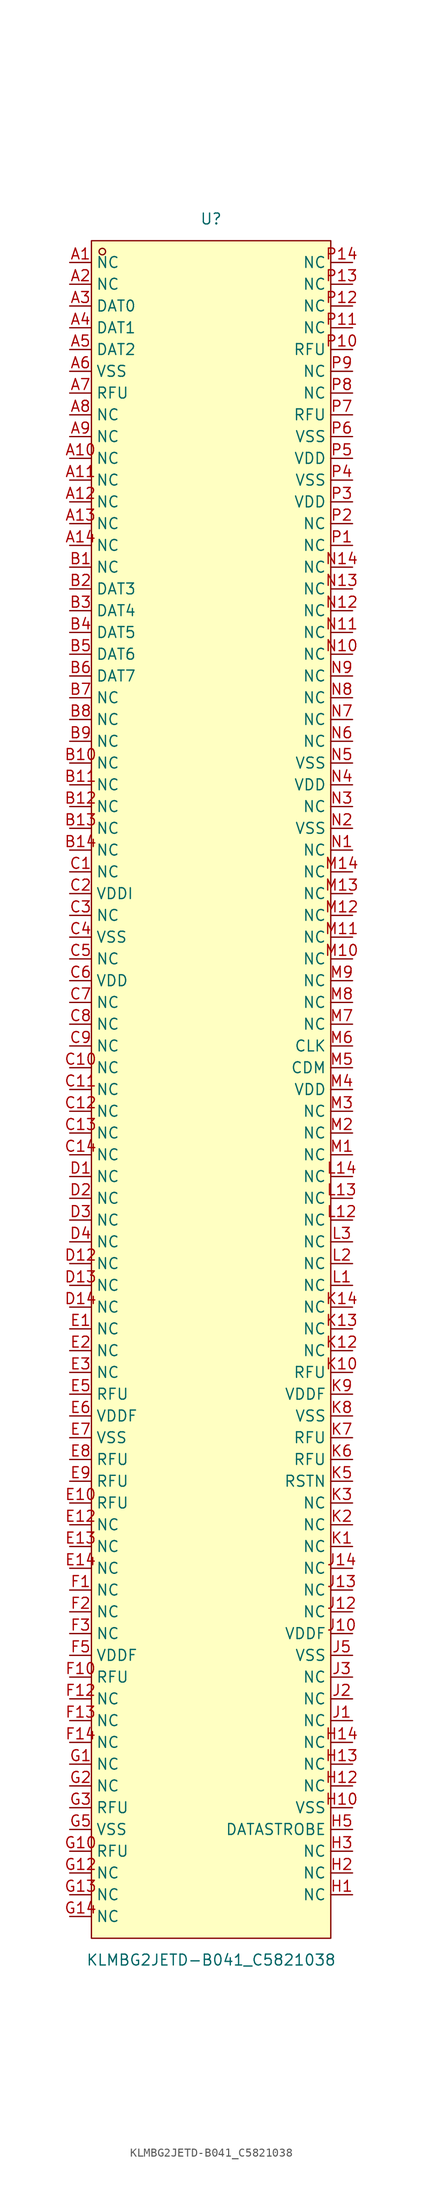
<source format=kicad_sym>
(kicad_symbol_lib
  (version 20211014)
  (generator https://github.com/uPesy/easyeda2kicad.py)
  (symbol "KLMBG2JETD-B041_C5821038"
    (property "Reference" "U"
      (at 0 101.60 0)
      (effects (font (size 1.27 1.27))))
    (property "Value" "KLMBG2JETD-B041_C5821038"
      (at 0 -101.60 0)
      (effects (font (size 1.27 1.27))))
    (symbol "KLMBG2JETD-B041_C5821038_0_1"
      (rectangle (start -13.97 99.06) (end 13.97 -99.06) (stroke (width 0) (type default) (color 0 0 0 0)) (fill (type background)))
      (circle (center -12.70 97.79) (radius 0.38) (stroke (width 0) (type default) (color 0 0 0 0)) (fill (type none)))
      (pin unspecified line (at -16.51 96.52 0) (length 2.54) (name "NC" (effects (font (size 1.27 1.27)))) (number "A1" (effects (font (size 1.27 1.27)))))
      (pin unspecified line (at -16.51 93.98 0) (length 2.54) (name "NC" (effects (font (size 1.27 1.27)))) (number "A2" (effects (font (size 1.27 1.27)))))
      (pin unspecified line (at -16.51 91.44 0) (length 2.54) (name "DAT0" (effects (font (size 1.27 1.27)))) (number "A3" (effects (font (size 1.27 1.27)))))
      (pin unspecified line (at -16.51 88.90 0) (length 2.54) (name "DAT1" (effects (font (size 1.27 1.27)))) (number "A4" (effects (font (size 1.27 1.27)))))
      (pin unspecified line (at -16.51 86.36 0) (length 2.54) (name "DAT2" (effects (font (size 1.27 1.27)))) (number "A5" (effects (font (size 1.27 1.27)))))
      (pin unspecified line (at -16.51 83.82 0) (length 2.54) (name "VSS" (effects (font (size 1.27 1.27)))) (number "A6" (effects (font (size 1.27 1.27)))))
      (pin unspecified line (at -16.51 81.28 0) (length 2.54) (name "RFU" (effects (font (size 1.27 1.27)))) (number "A7" (effects (font (size 1.27 1.27)))))
      (pin unspecified line (at -16.51 78.74 0) (length 2.54) (name "NC" (effects (font (size 1.27 1.27)))) (number "A8" (effects (font (size 1.27 1.27)))))
      (pin unspecified line (at -16.51 76.20 0) (length 2.54) (name "NC" (effects (font (size 1.27 1.27)))) (number "A9" (effects (font (size 1.27 1.27)))))
      (pin unspecified line (at -16.51 73.66 0) (length 2.54) (name "NC" (effects (font (size 1.27 1.27)))) (number "A10" (effects (font (size 1.27 1.27)))))
      (pin unspecified line (at -16.51 71.12 0) (length 2.54) (name "NC" (effects (font (size 1.27 1.27)))) (number "A11" (effects (font (size 1.27 1.27)))))
      (pin unspecified line (at -16.51 68.58 0) (length 2.54) (name "NC" (effects (font (size 1.27 1.27)))) (number "A12" (effects (font (size 1.27 1.27)))))
      (pin unspecified line (at -16.51 66.04 0) (length 2.54) (name "NC" (effects (font (size 1.27 1.27)))) (number "A13" (effects (font (size 1.27 1.27)))))
      (pin unspecified line (at -16.51 63.50 0) (length 2.54) (name "NC" (effects (font (size 1.27 1.27)))) (number "A14" (effects (font (size 1.27 1.27)))))
      (pin unspecified line (at -16.51 60.96 0) (length 2.54) (name "NC" (effects (font (size 1.27 1.27)))) (number "B1" (effects (font (size 1.27 1.27)))))
      (pin unspecified line (at -16.51 58.42 0) (length 2.54) (name "DAT3" (effects (font (size 1.27 1.27)))) (number "B2" (effects (font (size 1.27 1.27)))))
      (pin unspecified line (at -16.51 55.88 0) (length 2.54) (name "DAT4" (effects (font (size 1.27 1.27)))) (number "B3" (effects (font (size 1.27 1.27)))))
      (pin unspecified line (at -16.51 53.34 0) (length 2.54) (name "DAT5" (effects (font (size 1.27 1.27)))) (number "B4" (effects (font (size 1.27 1.27)))))
      (pin unspecified line (at -16.51 50.80 0) (length 2.54) (name "DAT6" (effects (font (size 1.27 1.27)))) (number "B5" (effects (font (size 1.27 1.27)))))
      (pin unspecified line (at -16.51 48.26 0) (length 2.54) (name "DAT7" (effects (font (size 1.27 1.27)))) (number "B6" (effects (font (size 1.27 1.27)))))
      (pin unspecified line (at -16.51 45.72 0) (length 2.54) (name "NC" (effects (font (size 1.27 1.27)))) (number "B7" (effects (font (size 1.27 1.27)))))
      (pin unspecified line (at -16.51 43.18 0) (length 2.54) (name "NC" (effects (font (size 1.27 1.27)))) (number "B8" (effects (font (size 1.27 1.27)))))
      (pin unspecified line (at -16.51 40.64 0) (length 2.54) (name "NC" (effects (font (size 1.27 1.27)))) (number "B9" (effects (font (size 1.27 1.27)))))
      (pin unspecified line (at -16.51 38.10 0) (length 2.54) (name "NC" (effects (font (size 1.27 1.27)))) (number "B10" (effects (font (size 1.27 1.27)))))
      (pin unspecified line (at -16.51 35.56 0) (length 2.54) (name "NC" (effects (font (size 1.27 1.27)))) (number "B11" (effects (font (size 1.27 1.27)))))
      (pin unspecified line (at -16.51 33.02 0) (length 2.54) (name "NC" (effects (font (size 1.27 1.27)))) (number "B12" (effects (font (size 1.27 1.27)))))
      (pin unspecified line (at -16.51 30.48 0) (length 2.54) (name "NC" (effects (font (size 1.27 1.27)))) (number "B13" (effects (font (size 1.27 1.27)))))
      (pin unspecified line (at -16.51 27.94 0) (length 2.54) (name "NC" (effects (font (size 1.27 1.27)))) (number "B14" (effects (font (size 1.27 1.27)))))
      (pin unspecified line (at -16.51 25.40 0) (length 2.54) (name "NC" (effects (font (size 1.27 1.27)))) (number "C1" (effects (font (size 1.27 1.27)))))
      (pin unspecified line (at -16.51 22.86 0) (length 2.54) (name "VDDI" (effects (font (size 1.27 1.27)))) (number "C2" (effects (font (size 1.27 1.27)))))
      (pin unspecified line (at -16.51 20.32 0) (length 2.54) (name "NC" (effects (font (size 1.27 1.27)))) (number "C3" (effects (font (size 1.27 1.27)))))
      (pin unspecified line (at -16.51 17.78 0) (length 2.54) (name "VSS" (effects (font (size 1.27 1.27)))) (number "C4" (effects (font (size 1.27 1.27)))))
      (pin unspecified line (at -16.51 15.24 0) (length 2.54) (name "NC" (effects (font (size 1.27 1.27)))) (number "C5" (effects (font (size 1.27 1.27)))))
      (pin unspecified line (at -16.51 12.70 0) (length 2.54) (name "VDD" (effects (font (size 1.27 1.27)))) (number "C6" (effects (font (size 1.27 1.27)))))
      (pin unspecified line (at -16.51 10.16 0) (length 2.54) (name "NC" (effects (font (size 1.27 1.27)))) (number "C7" (effects (font (size 1.27 1.27)))))
      (pin unspecified line (at -16.51 7.62 0) (length 2.54) (name "NC" (effects (font (size 1.27 1.27)))) (number "C8" (effects (font (size 1.27 1.27)))))
      (pin unspecified line (at -16.51 5.08 0) (length 2.54) (name "NC" (effects (font (size 1.27 1.27)))) (number "C9" (effects (font (size 1.27 1.27)))))
      (pin unspecified line (at -16.51 2.54 0) (length 2.54) (name "NC" (effects (font (size 1.27 1.27)))) (number "C10" (effects (font (size 1.27 1.27)))))
      (pin unspecified line (at -16.51 -0.00 0) (length 2.54) (name "NC" (effects (font (size 1.27 1.27)))) (number "C11" (effects (font (size 1.27 1.27)))))
      (pin unspecified line (at -16.51 -2.54 0) (length 2.54) (name "NC" (effects (font (size 1.27 1.27)))) (number "C12" (effects (font (size 1.27 1.27)))))
      (pin unspecified line (at -16.51 -5.08 0) (length 2.54) (name "NC" (effects (font (size 1.27 1.27)))) (number "C13" (effects (font (size 1.27 1.27)))))
      (pin unspecified line (at -16.51 -7.62 0) (length 2.54) (name "NC" (effects (font (size 1.27 1.27)))) (number "C14" (effects (font (size 1.27 1.27)))))
      (pin unspecified line (at -16.51 -10.16 0) (length 2.54) (name "NC" (effects (font (size 1.27 1.27)))) (number "D1" (effects (font (size 1.27 1.27)))))
      (pin unspecified line (at -16.51 -12.70 0) (length 2.54) (name "NC" (effects (font (size 1.27 1.27)))) (number "D2" (effects (font (size 1.27 1.27)))))
      (pin unspecified line (at -16.51 -15.24 0) (length 2.54) (name "NC" (effects (font (size 1.27 1.27)))) (number "D3" (effects (font (size 1.27 1.27)))))
      (pin unspecified line (at -16.51 -17.78 0) (length 2.54) (name "NC" (effects (font (size 1.27 1.27)))) (number "D4" (effects (font (size 1.27 1.27)))))
      (pin unspecified line (at -16.51 -20.32 0) (length 2.54) (name "NC" (effects (font (size 1.27 1.27)))) (number "D12" (effects (font (size 1.27 1.27)))))
      (pin unspecified line (at -16.51 -22.86 0) (length 2.54) (name "NC" (effects (font (size 1.27 1.27)))) (number "D13" (effects (font (size 1.27 1.27)))))
      (pin unspecified line (at -16.51 -25.40 0) (length 2.54) (name "NC" (effects (font (size 1.27 1.27)))) (number "D14" (effects (font (size 1.27 1.27)))))
      (pin unspecified line (at -16.51 -27.94 0) (length 2.54) (name "NC" (effects (font (size 1.27 1.27)))) (number "E1" (effects (font (size 1.27 1.27)))))
      (pin unspecified line (at -16.51 -30.48 0) (length 2.54) (name "NC" (effects (font (size 1.27 1.27)))) (number "E2" (effects (font (size 1.27 1.27)))))
      (pin unspecified line (at -16.51 -33.02 0) (length 2.54) (name "NC" (effects (font (size 1.27 1.27)))) (number "E3" (effects (font (size 1.27 1.27)))))
      (pin unspecified line (at -16.51 -35.56 0) (length 2.54) (name "RFU" (effects (font (size 1.27 1.27)))) (number "E5" (effects (font (size 1.27 1.27)))))
      (pin unspecified line (at -16.51 -38.10 0) (length 2.54) (name "VDDF" (effects (font (size 1.27 1.27)))) (number "E6" (effects (font (size 1.27 1.27)))))
      (pin unspecified line (at -16.51 -40.64 0) (length 2.54) (name "VSS" (effects (font (size 1.27 1.27)))) (number "E7" (effects (font (size 1.27 1.27)))))
      (pin unspecified line (at -16.51 -43.18 0) (length 2.54) (name "RFU" (effects (font (size 1.27 1.27)))) (number "E8" (effects (font (size 1.27 1.27)))))
      (pin unspecified line (at -16.51 -45.72 0) (length 2.54) (name "RFU" (effects (font (size 1.27 1.27)))) (number "E9" (effects (font (size 1.27 1.27)))))
      (pin unspecified line (at -16.51 -48.26 0) (length 2.54) (name "RFU" (effects (font (size 1.27 1.27)))) (number "E10" (effects (font (size 1.27 1.27)))))
      (pin unspecified line (at -16.51 -50.80 0) (length 2.54) (name "NC" (effects (font (size 1.27 1.27)))) (number "E12" (effects (font (size 1.27 1.27)))))
      (pin unspecified line (at -16.51 -53.34 0) (length 2.54) (name "NC" (effects (font (size 1.27 1.27)))) (number "E13" (effects (font (size 1.27 1.27)))))
      (pin unspecified line (at -16.51 -55.88 0) (length 2.54) (name "NC" (effects (font (size 1.27 1.27)))) (number "E14" (effects (font (size 1.27 1.27)))))
      (pin unspecified line (at -16.51 -58.42 0) (length 2.54) (name "NC" (effects (font (size 1.27 1.27)))) (number "F1" (effects (font (size 1.27 1.27)))))
      (pin unspecified line (at -16.51 -60.96 0) (length 2.54) (name "NC" (effects (font (size 1.27 1.27)))) (number "F2" (effects (font (size 1.27 1.27)))))
      (pin unspecified line (at -16.51 -63.50 0) (length 2.54) (name "NC" (effects (font (size 1.27 1.27)))) (number "F3" (effects (font (size 1.27 1.27)))))
      (pin unspecified line (at -16.51 -66.04 0) (length 2.54) (name "VDDF" (effects (font (size 1.27 1.27)))) (number "F5" (effects (font (size 1.27 1.27)))))
      (pin unspecified line (at -16.51 -68.58 0) (length 2.54) (name "RFU" (effects (font (size 1.27 1.27)))) (number "F10" (effects (font (size 1.27 1.27)))))
      (pin unspecified line (at -16.51 -71.12 0) (length 2.54) (name "NC" (effects (font (size 1.27 1.27)))) (number "F12" (effects (font (size 1.27 1.27)))))
      (pin unspecified line (at -16.51 -73.66 0) (length 2.54) (name "NC" (effects (font (size 1.27 1.27)))) (number "F13" (effects (font (size 1.27 1.27)))))
      (pin unspecified line (at -16.51 -76.20 0) (length 2.54) (name "NC" (effects (font (size 1.27 1.27)))) (number "F14" (effects (font (size 1.27 1.27)))))
      (pin unspecified line (at -16.51 -78.74 0) (length 2.54) (name "NC" (effects (font (size 1.27 1.27)))) (number "G1" (effects (font (size 1.27 1.27)))))
      (pin unspecified line (at -16.51 -81.28 0) (length 2.54) (name "NC" (effects (font (size 1.27 1.27)))) (number "G2" (effects (font (size 1.27 1.27)))))
      (pin unspecified line (at -16.51 -83.82 0) (length 2.54) (name "RFU" (effects (font (size 1.27 1.27)))) (number "G3" (effects (font (size 1.27 1.27)))))
      (pin unspecified line (at -16.51 -86.36 0) (length 2.54) (name "VSS" (effects (font (size 1.27 1.27)))) (number "G5" (effects (font (size 1.27 1.27)))))
      (pin unspecified line (at -16.51 -88.90 0) (length 2.54) (name "RFU" (effects (font (size 1.27 1.27)))) (number "G10" (effects (font (size 1.27 1.27)))))
      (pin unspecified line (at -16.51 -91.44 0) (length 2.54) (name "NC" (effects (font (size 1.27 1.27)))) (number "G12" (effects (font (size 1.27 1.27)))))
      (pin unspecified line (at -16.51 -93.98 0) (length 2.54) (name "NC" (effects (font (size 1.27 1.27)))) (number "G13" (effects (font (size 1.27 1.27)))))
      (pin unspecified line (at -16.51 -96.52 0) (length 2.54) (name "NC" (effects (font (size 1.27 1.27)))) (number "G14" (effects (font (size 1.27 1.27)))))
      (pin unspecified line (at 16.51 -93.98 180) (length 2.54) (name "NC" (effects (font (size 1.27 1.27)))) (number "H1" (effects (font (size 1.27 1.27)))))
      (pin unspecified line (at 16.51 -91.44 180) (length 2.54) (name "NC" (effects (font (size 1.27 1.27)))) (number "H2" (effects (font (size 1.27 1.27)))))
      (pin unspecified line (at 16.51 -88.90 180) (length 2.54) (name "NC" (effects (font (size 1.27 1.27)))) (number "H3" (effects (font (size 1.27 1.27)))))
      (pin unspecified line (at 16.51 -86.36 180) (length 2.54) (name "DATASTROBE" (effects (font (size 1.27 1.27)))) (number "H5" (effects (font (size 1.27 1.27)))))
      (pin unspecified line (at 16.51 -83.82 180) (length 2.54) (name "VSS" (effects (font (size 1.27 1.27)))) (number "H10" (effects (font (size 1.27 1.27)))))
      (pin unspecified line (at 16.51 -81.28 180) (length 2.54) (name "NC" (effects (font (size 1.27 1.27)))) (number "H12" (effects (font (size 1.27 1.27)))))
      (pin unspecified line (at 16.51 -78.74 180) (length 2.54) (name "NC" (effects (font (size 1.27 1.27)))) (number "H13" (effects (font (size 1.27 1.27)))))
      (pin unspecified line (at 16.51 -76.20 180) (length 2.54) (name "NC" (effects (font (size 1.27 1.27)))) (number "H14" (effects (font (size 1.27 1.27)))))
      (pin unspecified line (at 16.51 -73.66 180) (length 2.54) (name "NC" (effects (font (size 1.27 1.27)))) (number "J1" (effects (font (size 1.27 1.27)))))
      (pin unspecified line (at 16.51 -71.12 180) (length 2.54) (name "NC" (effects (font (size 1.27 1.27)))) (number "J2" (effects (font (size 1.27 1.27)))))
      (pin unspecified line (at 16.51 -68.58 180) (length 2.54) (name "NC" (effects (font (size 1.27 1.27)))) (number "J3" (effects (font (size 1.27 1.27)))))
      (pin unspecified line (at 16.51 -66.04 180) (length 2.54) (name "VSS" (effects (font (size 1.27 1.27)))) (number "J5" (effects (font (size 1.27 1.27)))))
      (pin unspecified line (at 16.51 -63.50 180) (length 2.54) (name "VDDF" (effects (font (size 1.27 1.27)))) (number "J10" (effects (font (size 1.27 1.27)))))
      (pin unspecified line (at 16.51 -60.96 180) (length 2.54) (name "NC" (effects (font (size 1.27 1.27)))) (number "J12" (effects (font (size 1.27 1.27)))))
      (pin unspecified line (at 16.51 -58.42 180) (length 2.54) (name "NC" (effects (font (size 1.27 1.27)))) (number "J13" (effects (font (size 1.27 1.27)))))
      (pin unspecified line (at 16.51 -55.88 180) (length 2.54) (name "NC" (effects (font (size 1.27 1.27)))) (number "J14" (effects (font (size 1.27 1.27)))))
      (pin unspecified line (at 16.51 -53.34 180) (length 2.54) (name "NC" (effects (font (size 1.27 1.27)))) (number "K1" (effects (font (size 1.27 1.27)))))
      (pin unspecified line (at 16.51 -50.80 180) (length 2.54) (name "NC" (effects (font (size 1.27 1.27)))) (number "K2" (effects (font (size 1.27 1.27)))))
      (pin unspecified line (at 16.51 -48.26 180) (length 2.54) (name "NC" (effects (font (size 1.27 1.27)))) (number "K3" (effects (font (size 1.27 1.27)))))
      (pin unspecified line (at 16.51 -45.72 180) (length 2.54) (name "RSTN" (effects (font (size 1.27 1.27)))) (number "K5" (effects (font (size 1.27 1.27)))))
      (pin unspecified line (at 16.51 -43.18 180) (length 2.54) (name "RFU" (effects (font (size 1.27 1.27)))) (number "K6" (effects (font (size 1.27 1.27)))))
      (pin unspecified line (at 16.51 -40.64 180) (length 2.54) (name "RFU" (effects (font (size 1.27 1.27)))) (number "K7" (effects (font (size 1.27 1.27)))))
      (pin unspecified line (at 16.51 -38.10 180) (length 2.54) (name "VSS" (effects (font (size 1.27 1.27)))) (number "K8" (effects (font (size 1.27 1.27)))))
      (pin unspecified line (at 16.51 -35.56 180) (length 2.54) (name "VDDF" (effects (font (size 1.27 1.27)))) (number "K9" (effects (font (size 1.27 1.27)))))
      (pin unspecified line (at 16.51 -33.02 180) (length 2.54) (name "RFU" (effects (font (size 1.27 1.27)))) (number "K10" (effects (font (size 1.27 1.27)))))
      (pin unspecified line (at 16.51 -30.48 180) (length 2.54) (name "NC" (effects (font (size 1.27 1.27)))) (number "K12" (effects (font (size 1.27 1.27)))))
      (pin unspecified line (at 16.51 -27.94 180) (length 2.54) (name "NC" (effects (font (size 1.27 1.27)))) (number "K13" (effects (font (size 1.27 1.27)))))
      (pin unspecified line (at 16.51 -25.40 180) (length 2.54) (name "NC" (effects (font (size 1.27 1.27)))) (number "K14" (effects (font (size 1.27 1.27)))))
      (pin unspecified line (at 16.51 -22.86 180) (length 2.54) (name "NC" (effects (font (size 1.27 1.27)))) (number "L1" (effects (font (size 1.27 1.27)))))
      (pin unspecified line (at 16.51 -20.32 180) (length 2.54) (name "NC" (effects (font (size 1.27 1.27)))) (number "L2" (effects (font (size 1.27 1.27)))))
      (pin unspecified line (at 16.51 -17.78 180) (length 2.54) (name "NC" (effects (font (size 1.27 1.27)))) (number "L3" (effects (font (size 1.27 1.27)))))
      (pin unspecified line (at 16.51 -15.24 180) (length 2.54) (name "NC" (effects (font (size 1.27 1.27)))) (number "L12" (effects (font (size 1.27 1.27)))))
      (pin unspecified line (at 16.51 -12.70 180) (length 2.54) (name "NC" (effects (font (size 1.27 1.27)))) (number "L13" (effects (font (size 1.27 1.27)))))
      (pin unspecified line (at 16.51 -10.16 180) (length 2.54) (name "NC" (effects (font (size 1.27 1.27)))) (number "L14" (effects (font (size 1.27 1.27)))))
      (pin unspecified line (at 16.51 -7.62 180) (length 2.54) (name "NC" (effects (font (size 1.27 1.27)))) (number "M1" (effects (font (size 1.27 1.27)))))
      (pin unspecified line (at 16.51 -5.08 180) (length 2.54) (name "NC" (effects (font (size 1.27 1.27)))) (number "M2" (effects (font (size 1.27 1.27)))))
      (pin unspecified line (at 16.51 -2.54 180) (length 2.54) (name "NC" (effects (font (size 1.27 1.27)))) (number "M3" (effects (font (size 1.27 1.27)))))
      (pin unspecified line (at 16.51 -0.00 180) (length 2.54) (name "VDD" (effects (font (size 1.27 1.27)))) (number "M4" (effects (font (size 1.27 1.27)))))
      (pin unspecified line (at 16.51 2.54 180) (length 2.54) (name "CDM" (effects (font (size 1.27 1.27)))) (number "M5" (effects (font (size 1.27 1.27)))))
      (pin unspecified line (at 16.51 5.08 180) (length 2.54) (name "CLK" (effects (font (size 1.27 1.27)))) (number "M6" (effects (font (size 1.27 1.27)))))
      (pin unspecified line (at 16.51 7.62 180) (length 2.54) (name "NC" (effects (font (size 1.27 1.27)))) (number "M7" (effects (font (size 1.27 1.27)))))
      (pin unspecified line (at 16.51 10.16 180) (length 2.54) (name "NC" (effects (font (size 1.27 1.27)))) (number "M8" (effects (font (size 1.27 1.27)))))
      (pin unspecified line (at 16.51 12.70 180) (length 2.54) (name "NC" (effects (font (size 1.27 1.27)))) (number "M9" (effects (font (size 1.27 1.27)))))
      (pin unspecified line (at 16.51 15.24 180) (length 2.54) (name "NC" (effects (font (size 1.27 1.27)))) (number "M10" (effects (font (size 1.27 1.27)))))
      (pin unspecified line (at 16.51 17.78 180) (length 2.54) (name "NC" (effects (font (size 1.27 1.27)))) (number "M11" (effects (font (size 1.27 1.27)))))
      (pin unspecified line (at 16.51 20.32 180) (length 2.54) (name "NC" (effects (font (size 1.27 1.27)))) (number "M12" (effects (font (size 1.27 1.27)))))
      (pin unspecified line (at 16.51 22.86 180) (length 2.54) (name "NC" (effects (font (size 1.27 1.27)))) (number "M13" (effects (font (size 1.27 1.27)))))
      (pin unspecified line (at 16.51 25.40 180) (length 2.54) (name "NC" (effects (font (size 1.27 1.27)))) (number "M14" (effects (font (size 1.27 1.27)))))
      (pin unspecified line (at 16.51 27.94 180) (length 2.54) (name "NC" (effects (font (size 1.27 1.27)))) (number "N1" (effects (font (size 1.27 1.27)))))
      (pin unspecified line (at 16.51 30.48 180) (length 2.54) (name "VSS" (effects (font (size 1.27 1.27)))) (number "N2" (effects (font (size 1.27 1.27)))))
      (pin unspecified line (at 16.51 33.02 180) (length 2.54) (name "NC" (effects (font (size 1.27 1.27)))) (number "N3" (effects (font (size 1.27 1.27)))))
      (pin unspecified line (at 16.51 35.56 180) (length 2.54) (name "VDD" (effects (font (size 1.27 1.27)))) (number "N4" (effects (font (size 1.27 1.27)))))
      (pin unspecified line (at 16.51 38.10 180) (length 2.54) (name "VSS" (effects (font (size 1.27 1.27)))) (number "N5" (effects (font (size 1.27 1.27)))))
      (pin unspecified line (at 16.51 40.64 180) (length 2.54) (name "NC" (effects (font (size 1.27 1.27)))) (number "N6" (effects (font (size 1.27 1.27)))))
      (pin unspecified line (at 16.51 43.18 180) (length 2.54) (name "NC" (effects (font (size 1.27 1.27)))) (number "N7" (effects (font (size 1.27 1.27)))))
      (pin unspecified line (at 16.51 45.72 180) (length 2.54) (name "NC" (effects (font (size 1.27 1.27)))) (number "N8" (effects (font (size 1.27 1.27)))))
      (pin unspecified line (at 16.51 48.26 180) (length 2.54) (name "NC" (effects (font (size 1.27 1.27)))) (number "N9" (effects (font (size 1.27 1.27)))))
      (pin unspecified line (at 16.51 50.80 180) (length 2.54) (name "NC" (effects (font (size 1.27 1.27)))) (number "N10" (effects (font (size 1.27 1.27)))))
      (pin unspecified line (at 16.51 53.34 180) (length 2.54) (name "NC" (effects (font (size 1.27 1.27)))) (number "N11" (effects (font (size 1.27 1.27)))))
      (pin unspecified line (at 16.51 55.88 180) (length 2.54) (name "NC" (effects (font (size 1.27 1.27)))) (number "N12" (effects (font (size 1.27 1.27)))))
      (pin unspecified line (at 16.51 58.42 180) (length 2.54) (name "NC" (effects (font (size 1.27 1.27)))) (number "N13" (effects (font (size 1.27 1.27)))))
      (pin unspecified line (at 16.51 60.96 180) (length 2.54) (name "NC" (effects (font (size 1.27 1.27)))) (number "N14" (effects (font (size 1.27 1.27)))))
      (pin unspecified line (at 16.51 63.50 180) (length 2.54) (name "NC" (effects (font (size 1.27 1.27)))) (number "P1" (effects (font (size 1.27 1.27)))))
      (pin unspecified line (at 16.51 66.04 180) (length 2.54) (name "NC" (effects (font (size 1.27 1.27)))) (number "P2" (effects (font (size 1.27 1.27)))))
      (pin unspecified line (at 16.51 68.58 180) (length 2.54) (name "VDD" (effects (font (size 1.27 1.27)))) (number "P3" (effects (font (size 1.27 1.27)))))
      (pin unspecified line (at 16.51 71.12 180) (length 2.54) (name "VSS" (effects (font (size 1.27 1.27)))) (number "P4" (effects (font (size 1.27 1.27)))))
      (pin unspecified line (at 16.51 73.66 180) (length 2.54) (name "VDD" (effects (font (size 1.27 1.27)))) (number "P5" (effects (font (size 1.27 1.27)))))
      (pin unspecified line (at 16.51 76.20 180) (length 2.54) (name "VSS" (effects (font (size 1.27 1.27)))) (number "P6" (effects (font (size 1.27 1.27)))))
      (pin unspecified line (at 16.51 78.74 180) (length 2.54) (name "RFU" (effects (font (size 1.27 1.27)))) (number "P7" (effects (font (size 1.27 1.27)))))
      (pin unspecified line (at 16.51 81.28 180) (length 2.54) (name "NC" (effects (font (size 1.27 1.27)))) (number "P8" (effects (font (size 1.27 1.27)))))
      (pin unspecified line (at 16.51 83.82 180) (length 2.54) (name "NC" (effects (font (size 1.27 1.27)))) (number "P9" (effects (font (size 1.27 1.27)))))
      (pin unspecified line (at 16.51 86.36 180) (length 2.54) (name "RFU" (effects (font (size 1.27 1.27)))) (number "P10" (effects (font (size 1.27 1.27)))))
      (pin unspecified line (at 16.51 88.90 180) (length 2.54) (name "NC" (effects (font (size 1.27 1.27)))) (number "P11" (effects (font (size 1.27 1.27)))))
      (pin unspecified line (at 16.51 91.44 180) (length 2.54) (name "NC" (effects (font (size 1.27 1.27)))) (number "P12" (effects (font (size 1.27 1.27)))))
      (pin unspecified line (at 16.51 93.98 180) (length 2.54) (name "NC" (effects (font (size 1.27 1.27)))) (number "P13" (effects (font (size 1.27 1.27)))))
      (pin unspecified line (at 16.51 96.52 180) (length 2.54) (name "NC" (effects (font (size 1.27 1.27)))) (number "P14" (effects (font (size 1.27 1.27))))))))
</source>
